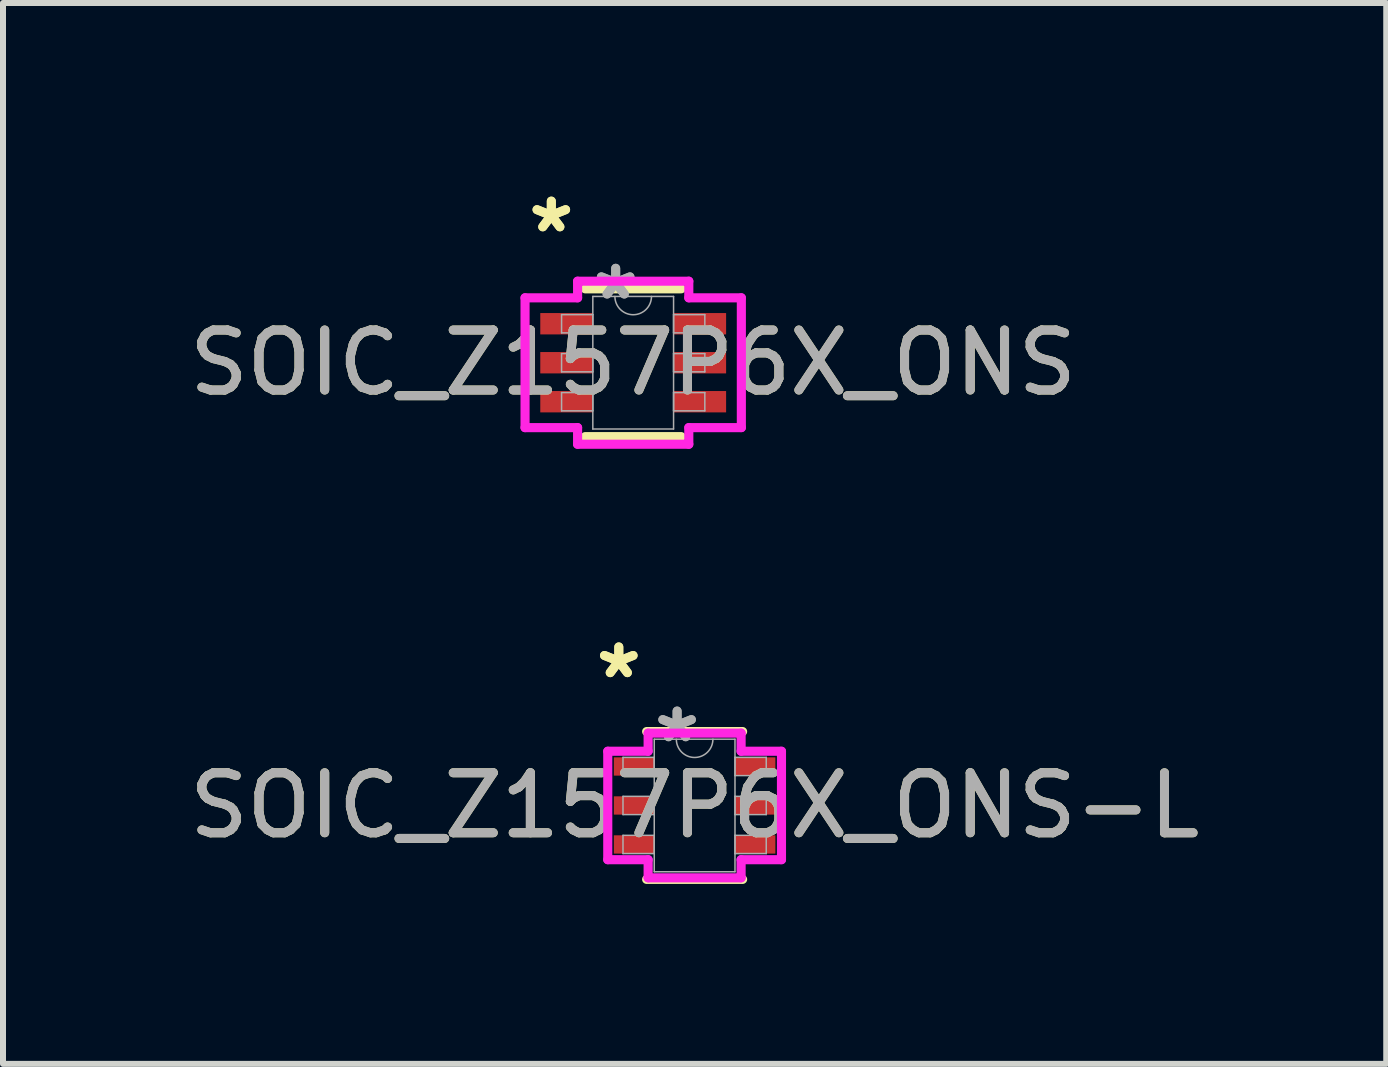
<source format=kicad_pcb>
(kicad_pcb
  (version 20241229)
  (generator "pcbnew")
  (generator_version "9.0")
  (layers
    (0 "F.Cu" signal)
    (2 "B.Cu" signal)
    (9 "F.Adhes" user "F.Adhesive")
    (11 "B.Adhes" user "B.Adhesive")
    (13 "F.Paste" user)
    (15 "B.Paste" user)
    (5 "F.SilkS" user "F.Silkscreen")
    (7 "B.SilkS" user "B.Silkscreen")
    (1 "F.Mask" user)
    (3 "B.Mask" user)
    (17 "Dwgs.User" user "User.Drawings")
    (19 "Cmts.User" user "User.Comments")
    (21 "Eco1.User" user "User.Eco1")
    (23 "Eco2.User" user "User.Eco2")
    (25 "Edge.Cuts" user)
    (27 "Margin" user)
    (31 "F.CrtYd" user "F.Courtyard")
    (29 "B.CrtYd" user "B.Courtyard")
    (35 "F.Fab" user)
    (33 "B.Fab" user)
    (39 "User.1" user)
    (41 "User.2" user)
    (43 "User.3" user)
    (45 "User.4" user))
  (footprint "SOIC_Z157P6X_ONS-L"
    (layer "F.Cu")
    (at 8.53 10.378)
    (property "Reference" "SOIC_Z157P6X_ONS-L" (at 0 0 0) (unlocked yes) (layer "F.SilkS") (effects (font (size 1 1) (thickness 0.15))))
    (attr smd)
    (fp_line (start -0.8 1.232) (end 0.8 1.232) (stroke (width 0.152) (type solid)) (layer "F.SilkS"))
    (fp_line (start 0.8 -1.232) (end -0.8 -1.232) (stroke (width 0.152) (type solid)) (layer "F.SilkS"))
    (fp_line (start -1.448 -0.904) (end -0.775 -0.904) (stroke (width 0.152) (type solid)) (layer "F.CrtYd"))
    (fp_line (start -1.448 0.904) (end -1.448 -0.904) (stroke (width 0.152) (type solid)) (layer "F.CrtYd"))
    (fp_line (start -1.448 0.904) (end -0.775 0.904) (stroke (width 0.152) (type solid)) (layer "F.CrtYd"))
    (fp_line (start -0.775 -1.206) (end 0.775 -1.206) (stroke (width 0.152) (type solid)) (layer "F.CrtYd"))
    (fp_line (start -0.775 -0.904) (end -0.775 -1.206) (stroke (width 0.152) (type solid)) (layer "F.CrtYd"))
    (fp_line (start -0.775 1.206) (end -0.775 0.904) (stroke (width 0.152) (type solid)) (layer "F.CrtYd"))
    (fp_line (start 0.775 -1.206) (end 0.775 -0.904) (stroke (width 0.152) (type solid)) (layer "F.CrtYd"))
    (fp_line (start 0.775 0.904) (end 0.775 1.206) (stroke (width 0.152) (type solid)) (layer "F.CrtYd"))
    (fp_line (start 0.775 1.206) (end -0.775 1.206) (stroke (width 0.152) (type solid)) (layer "F.CrtYd"))
    (fp_line (start 1.448 -0.904) (end 0.775 -0.904) (stroke (width 0.152) (type solid)) (layer "F.CrtYd"))
    (fp_line (start 1.448 -0.904) (end 1.448 0.904) (stroke (width 0.152) (type solid)) (layer "F.CrtYd"))
    (fp_line (start 1.448 0.904) (end 0.775 0.904) (stroke (width 0.152) (type solid)) (layer "F.CrtYd"))
    (fp_line (start -1.194 -0.802) (end -1.194 -0.498) (stroke (width 0.025) (type solid)) (layer "F.Fab"))
    (fp_line (start -1.194 -0.498) (end -0.673 -0.498) (stroke (width 0.025) (type solid)) (layer "F.Fab"))
    (fp_line (start -1.194 -0.152) (end -1.194 0.152) (stroke (width 0.025) (type solid)) (layer "F.Fab"))
    (fp_line (start -1.194 0.152) (end -0.673 0.152) (stroke (width 0.025) (type solid)) (layer "F.Fab"))
    (fp_line (start -1.194 0.498) (end -1.194 0.802) (stroke (width 0.025) (type solid)) (layer "F.Fab"))
    (fp_line (start -1.194 0.802) (end -0.673 0.802) (stroke (width 0.025) (type solid)) (layer "F.Fab"))
    (fp_line (start -0.673 -1.105) (end -0.673 1.105) (stroke (width 0.025) (type solid)) (layer "F.Fab"))
    (fp_line (start -0.673 -0.802) (end -1.194 -0.802) (stroke (width 0.025) (type solid)) (layer "F.Fab"))
    (fp_line (start -0.673 -0.498) (end -0.673 -0.802) (stroke (width 0.025) (type solid)) (layer "F.Fab"))
    (fp_line (start -0.673 -0.152) (end -1.194 -0.152) (stroke (width 0.025) (type solid)) (layer "F.Fab"))
    (fp_line (start -0.673 0.152) (end -0.673 -0.152) (stroke (width 0.025) (type solid)) (layer "F.Fab"))
    (fp_line (start -0.673 0.498) (end -1.194 0.498) (stroke (width 0.025) (type solid)) (layer "F.Fab"))
    (fp_line (start -0.673 0.802) (end -0.673 0.498) (stroke (width 0.025) (type solid)) (layer "F.Fab"))
    (fp_line (start -0.673 1.105) (end 0.673 1.105) (stroke (width 0.025) (type solid)) (layer "F.Fab"))
    (fp_line (start 0.673 -1.105) (end -0.673 -1.105) (stroke (width 0.025) (type solid)) (layer "F.Fab"))
    (fp_line (start 0.673 -0.802) (end 0.673 -0.498) (stroke (width 0.025) (type solid)) (layer "F.Fab"))
    (fp_line (start 0.673 -0.498) (end 1.194 -0.498) (stroke (width 0.025) (type solid)) (layer "F.Fab"))
    (fp_line (start 0.673 -0.152) (end 0.673 0.152) (stroke (width 0.025) (type solid)) (layer "F.Fab"))
    (fp_line (start 0.673 0.152) (end 1.194 0.152) (stroke (width 0.025) (type solid)) (layer "F.Fab"))
    (fp_line (start 0.673 0.498) (end 0.673 0.802) (stroke (width 0.025) (type solid)) (layer "F.Fab"))
    (fp_line (start 0.673 0.802) (end 1.194 0.802) (stroke (width 0.025) (type solid)) (layer "F.Fab"))
    (fp_line (start 0.673 1.105) (end 0.673 -1.105) (stroke (width 0.025) (type solid)) (layer "F.Fab"))
    (fp_line (start 1.194 -0.802) (end 0.673 -0.802) (stroke (width 0.025) (type solid)) (layer "F.Fab"))
    (fp_line (start 1.194 -0.498) (end 1.194 -0.802) (stroke (width 0.025) (type solid)) (layer "F.Fab"))
    (fp_line (start 1.194 -0.152) (end 0.673 -0.152) (stroke (width 0.025) (type solid)) (layer "F.Fab"))
    (fp_line (start 1.194 0.152) (end 1.194 -0.152) (stroke (width 0.025) (type solid)) (layer "F.Fab"))
    (fp_line (start 1.194 0.498) (end 0.673 0.498) (stroke (width 0.025) (type solid)) (layer "F.Fab"))
    (fp_line (start 1.194 0.802) (end 1.194 0.498) (stroke (width 0.025) (type solid)) (layer "F.Fab"))
    (fp_arc (start 0.3048 -1.1049) (mid 0 -0.8001) (end -0.3048 -1.1049) (stroke (width 0.0254) (type solid)) (layer "F.Fab"))
    (fp_text user "*" (at -1.264 -2.098 0) (unlocked yes) (layer "F.SilkS") (effects (font (size 1 1) (thickness 0.15))))
    (fp_text user "*" (at -1.264 -2.098 0) (layer "F.SilkS") (effects (font (size 1 1) (thickness 0.15))))
    (fp_text user "*" (at -0.292 -1.029 0) (layer "F.Fab") (effects (font (size 1 1) (thickness 0.15))))
    (fp_text user "*" (at -0.292 -1.029 0) (unlocked yes) (layer "F.Fab") (effects (font (size 1 1) (thickness 0.15))))
    (fp_text user "${REFERENCE}" (at 0 0 0) (unlocked yes) (layer "F.Fab") (effects (font (size 1 1) (thickness 0.15))))
    (pad "1" smd rect (at -1.01 -0.65) (size 0.673 0.305) (layers "F.Cu" "F.Mask" "F.Paste"))
    (pad "2" smd rect (at -1.01 0) (size 0.673 0.305) (layers "F.Cu" "F.Mask" "F.Paste"))
    (pad "3" smd rect (at -1.01 0.65) (size 0.673 0.305) (layers "F.Cu" "F.Mask" "F.Paste"))
    (pad "4" smd rect (at 1.01 0.65) (size 0.673 0.305) (layers "F.Cu" "F.Mask" "F.Paste"))
    (pad "5" smd rect (at 1.01 0) (size 0.673 0.305) (layers "F.Cu" "F.Mask" "F.Paste"))
    (pad "6" smd rect (at 1.01 -0.65) (size 0.673 0.305) (layers "F.Cu" "F.Mask" "F.Paste")))
  (footprint "SOIC_Z157P6X_ONS"
    (layer "F.Cu")
    (at 7.506 2.997)
    (property "Reference" "SOIC_Z157P6X_ONS" (at 0 0 0) (unlocked yes) (layer "F.SilkS") (effects (font (size 1 1) (thickness 0.15))))
    (attr smd)
    (fp_line (start -0.8 1.232) (end 0.8 1.232) (stroke (width 0.152) (type solid)) (layer "F.SilkS"))
    (fp_line (start 0.8 -1.232) (end -0.8 -1.232) (stroke (width 0.152) (type solid)) (layer "F.SilkS"))
    (fp_line (start -1.803 -1.082) (end -0.927 -1.082) (stroke (width 0.152) (type solid)) (layer "F.CrtYd"))
    (fp_line (start -1.803 1.082) (end -1.803 -1.082) (stroke (width 0.152) (type solid)) (layer "F.CrtYd"))
    (fp_line (start -1.803 1.082) (end -0.927 1.082) (stroke (width 0.152) (type solid)) (layer "F.CrtYd"))
    (fp_line (start -0.927 -1.359) (end 0.927 -1.359) (stroke (width 0.152) (type solid)) (layer "F.CrtYd"))
    (fp_line (start -0.927 -1.082) (end -0.927 -1.359) (stroke (width 0.152) (type solid)) (layer "F.CrtYd"))
    (fp_line (start -0.927 1.359) (end -0.927 1.082) (stroke (width 0.152) (type solid)) (layer "F.CrtYd"))
    (fp_line (start 0.927 -1.359) (end 0.927 -1.082) (stroke (width 0.152) (type solid)) (layer "F.CrtYd"))
    (fp_line (start 0.927 1.082) (end 0.927 1.359) (stroke (width 0.152) (type solid)) (layer "F.CrtYd"))
    (fp_line (start 0.927 1.359) (end -0.927 1.359) (stroke (width 0.152) (type solid)) (layer "F.CrtYd"))
    (fp_line (start 1.803 -1.082) (end 0.927 -1.082) (stroke (width 0.152) (type solid)) (layer "F.CrtYd"))
    (fp_line (start 1.803 -1.082) (end 1.803 1.082) (stroke (width 0.152) (type solid)) (layer "F.CrtYd"))
    (fp_line (start 1.803 1.082) (end 0.927 1.082) (stroke (width 0.152) (type solid)) (layer "F.CrtYd"))
    (fp_line (start -1.194 -0.802) (end -1.194 -0.498) (stroke (width 0.025) (type solid)) (layer "F.Fab"))
    (fp_line (start -1.194 -0.498) (end -0.673 -0.498) (stroke (width 0.025) (type solid)) (layer "F.Fab"))
    (fp_line (start -1.194 -0.152) (end -1.194 0.152) (stroke (width 0.025) (type solid)) (layer "F.Fab"))
    (fp_line (start -1.194 0.152) (end -0.673 0.152) (stroke (width 0.025) (type solid)) (layer "F.Fab"))
    (fp_line (start -1.194 0.498) (end -1.194 0.802) (stroke (width 0.025) (type solid)) (layer "F.Fab"))
    (fp_line (start -1.194 0.802) (end -0.673 0.802) (stroke (width 0.025) (type solid)) (layer "F.Fab"))
    (fp_line (start -0.673 -1.105) (end -0.673 1.105) (stroke (width 0.025) (type solid)) (layer "F.Fab"))
    (fp_line (start -0.673 -0.802) (end -1.194 -0.802) (stroke (width 0.025) (type solid)) (layer "F.Fab"))
    (fp_line (start -0.673 -0.498) (end -0.673 -0.802) (stroke (width 0.025) (type solid)) (layer "F.Fab"))
    (fp_line (start -0.673 -0.152) (end -1.194 -0.152) (stroke (width 0.025) (type solid)) (layer "F.Fab"))
    (fp_line (start -0.673 0.152) (end -0.673 -0.152) (stroke (width 0.025) (type solid)) (layer "F.Fab"))
    (fp_line (start -0.673 0.498) (end -1.194 0.498) (stroke (width 0.025) (type solid)) (layer "F.Fab"))
    (fp_line (start -0.673 0.802) (end -0.673 0.498) (stroke (width 0.025) (type solid)) (layer "F.Fab"))
    (fp_line (start -0.673 1.105) (end 0.673 1.105) (stroke (width 0.025) (type solid)) (layer "F.Fab"))
    (fp_line (start 0.673 -1.105) (end -0.673 -1.105) (stroke (width 0.025) (type solid)) (layer "F.Fab"))
    (fp_line (start 0.673 -0.802) (end 0.673 -0.498) (stroke (width 0.025) (type solid)) (layer "F.Fab"))
    (fp_line (start 0.673 -0.498) (end 1.194 -0.498) (stroke (width 0.025) (type solid)) (layer "F.Fab"))
    (fp_line (start 0.673 -0.152) (end 0.673 0.152) (stroke (width 0.025) (type solid)) (layer "F.Fab"))
    (fp_line (start 0.673 0.152) (end 1.194 0.152) (stroke (width 0.025) (type solid)) (layer "F.Fab"))
    (fp_line (start 0.673 0.498) (end 0.673 0.802) (stroke (width 0.025) (type solid)) (layer "F.Fab"))
    (fp_line (start 0.673 0.802) (end 1.194 0.802) (stroke (width 0.025) (type solid)) (layer "F.Fab"))
    (fp_line (start 0.673 1.105) (end 0.673 -1.105) (stroke (width 0.025) (type solid)) (layer "F.Fab"))
    (fp_line (start 1.194 -0.802) (end 0.673 -0.802) (stroke (width 0.025) (type solid)) (layer "F.Fab"))
    (fp_line (start 1.194 -0.498) (end 1.194 -0.802) (stroke (width 0.025) (type solid)) (layer "F.Fab"))
    (fp_line (start 1.194 -0.152) (end 0.673 -0.152) (stroke (width 0.025) (type solid)) (layer "F.Fab"))
    (fp_line (start 1.194 0.152) (end 1.194 -0.152) (stroke (width 0.025) (type solid)) (layer "F.Fab"))
    (fp_line (start 1.194 0.498) (end 0.673 0.498) (stroke (width 0.025) (type solid)) (layer "F.Fab"))
    (fp_line (start 1.194 0.802) (end 1.194 0.498) (stroke (width 0.025) (type solid)) (layer "F.Fab"))
    (fp_arc (start 0.3048 -1.1049) (mid 0 -0.8001) (end -0.3048 -1.1049) (stroke (width 0.0254) (type solid)) (layer "F.Fab"))
    (fp_text user "*" (at -1.365 -2.149 0) (unlocked yes) (layer "F.SilkS") (effects (font (size 1 1) (thickness 0.15))))
    (fp_text user "*" (at -1.365 -2.149 0) (layer "F.SilkS") (effects (font (size 1 1) (thickness 0.15))))
    (fp_text user "*" (at -0.292 -1.029 0) (layer "F.Fab") (effects (font (size 1 1) (thickness 0.15))))
    (fp_text user "${REFERENCE}" (at 0 0 0) (unlocked yes) (layer "F.Fab") (effects (font (size 1 1) (thickness 0.15))))
    (fp_text user "*" (at -0.292 -1.029 0) (unlocked yes) (layer "F.Fab") (effects (font (size 1 1) (thickness 0.15))))
    (pad "1" smd rect (at -1.111 -0.65) (size 0.876 0.356) (layers "F.Cu" "F.Mask" "F.Paste"))
    (pad "2" smd rect (at -1.111 0) (size 0.876 0.356) (layers "F.Cu" "F.Mask" "F.Paste"))
    (pad "3" smd rect (at -1.111 0.65) (size 0.876 0.356) (layers "F.Cu" "F.Mask" "F.Paste"))
    (pad "4" smd rect (at 1.111 0.65) (size 0.876 0.356) (layers "F.Cu" "F.Mask" "F.Paste"))
    (pad "5" smd rect (at 1.111 0) (size 0.876 0.356) (layers "F.Cu" "F.Mask" "F.Paste"))
    (pad "6" smd rect (at 1.111 -0.65) (size 0.876 0.356) (layers "F.Cu" "F.Mask" "F.Paste")))
  (gr_rect
    (start -3 -3)
    (end 20.06 14.686)
    (stroke (width 0.1) (type default))
    (fill no)
    (layer "Edge.Cuts")))
</source>
